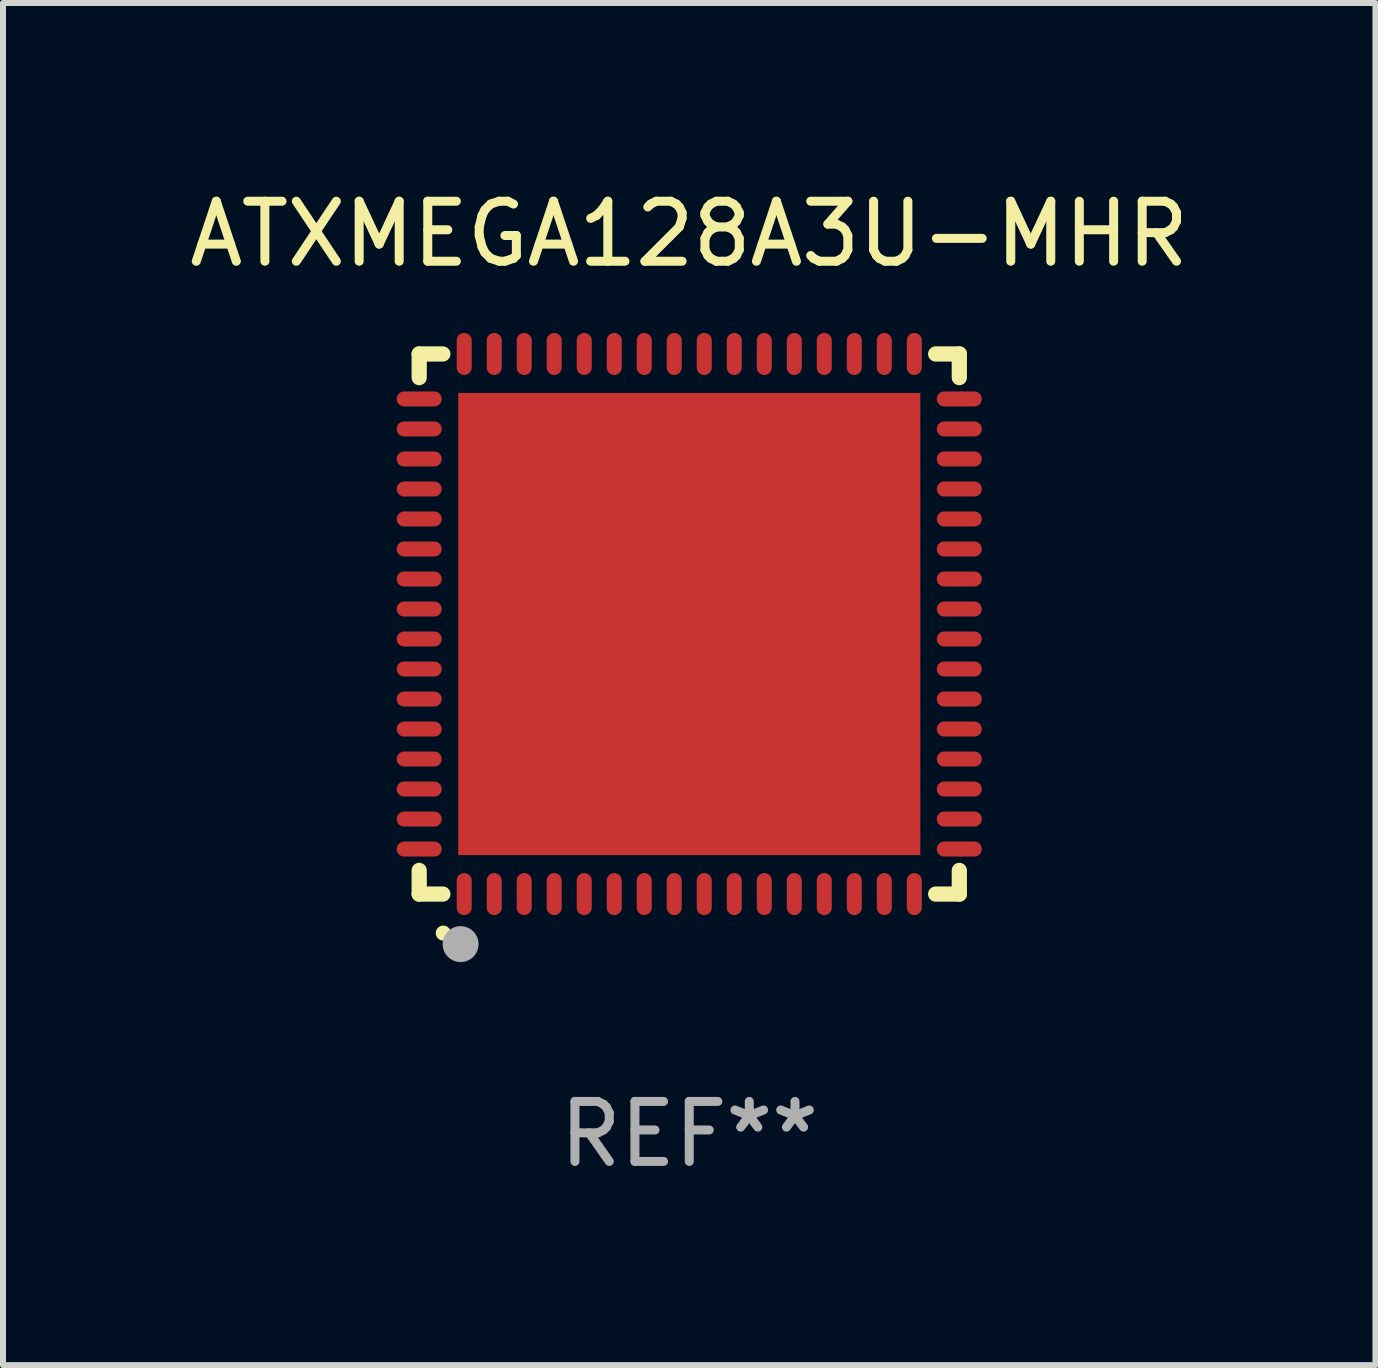
<source format=kicad_pcb>
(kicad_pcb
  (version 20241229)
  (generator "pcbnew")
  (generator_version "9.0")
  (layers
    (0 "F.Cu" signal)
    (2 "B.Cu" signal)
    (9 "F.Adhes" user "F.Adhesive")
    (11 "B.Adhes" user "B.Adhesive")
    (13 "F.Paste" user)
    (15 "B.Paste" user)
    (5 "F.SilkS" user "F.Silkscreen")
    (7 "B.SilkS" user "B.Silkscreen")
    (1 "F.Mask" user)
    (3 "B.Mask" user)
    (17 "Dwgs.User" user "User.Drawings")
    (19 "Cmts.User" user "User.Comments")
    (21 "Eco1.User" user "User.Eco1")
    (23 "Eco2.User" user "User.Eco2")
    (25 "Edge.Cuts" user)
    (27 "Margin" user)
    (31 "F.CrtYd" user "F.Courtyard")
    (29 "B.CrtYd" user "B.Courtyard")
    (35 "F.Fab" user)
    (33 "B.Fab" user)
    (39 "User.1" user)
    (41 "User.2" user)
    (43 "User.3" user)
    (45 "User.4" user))
  (footprint "ATXMEGA128A3U-MHR"
    (layer "F.Cu")
    (at 8.435 7.348)
    (property "Reference" "ATXMEGA128A3U-MHR" (at 0 -6.5 0) (layer "F.SilkS") (effects (font (size 1 1) (thickness 0.15))))
    (attr through_hole)
    (fp_line (start -4.5 -4.5) (end -4.106 -4.5) (stroke (width 0.254) (type solid)) (layer "F.SilkS"))
    (fp_line (start -4.5 -4.106) (end -4.5 -4.5) (stroke (width 0.254) (type solid)) (layer "F.SilkS"))
    (fp_line (start -4.5 4.5) (end -4.5 4.106) (stroke (width 0.254) (type solid)) (layer "F.SilkS"))
    (fp_line (start -4.106 4.5) (end -4.5 4.5) (stroke (width 0.254) (type solid)) (layer "F.SilkS"))
    (fp_line (start 4.106 -4.5) (end 4.5 -4.5) (stroke (width 0.254) (type solid)) (layer "F.SilkS"))
    (fp_line (start 4.5 -4.5) (end 4.5 -4.106) (stroke (width 0.254) (type solid)) (layer "F.SilkS"))
    (fp_line (start 4.5 4.106) (end 4.5 4.5) (stroke (width 0.254) (type solid)) (layer "F.SilkS"))
    (fp_line (start 4.5 4.5) (end 4.106 4.5) (stroke (width 0.254) (type solid)) (layer "F.SilkS"))
    (fp_arc (start -4.099987 5.149898) (mid -4.098717 5.149892) (end -4.097447 5.149898) (stroke (width 0.24892) (type solid)) (layer "F.SilkS"))
    (fp_circle (center -4.5 4.5) (end -4.47 4.5) (stroke (width 0.06) (type solid)) (fill no) (layer "F.SilkS"))
    (fp_circle (center -3.81 5.334) (end -3.66 5.334) (stroke (width 0.3) (type solid)) (fill no) (layer "F.Fab"))
    (fp_text user "REF**" (at 0 8.5 0) (layer "F.Fab") (effects (font (size 1 1) (thickness 0.15))))
    (pad "1" smd oval (at -3.75 4.5) (size 0.25 0.7) (layers "F.Cu" "F.Mask" "F.Paste"))
    (pad "2" smd oval (at -3.25 4.5) (size 0.25 0.7) (layers "F.Cu" "F.Mask" "F.Paste"))
    (pad "3" smd oval (at -2.75 4.5) (size 0.25 0.7) (layers "F.Cu" "F.Mask" "F.Paste"))
    (pad "4" smd oval (at -2.25 4.5) (size 0.25 0.7) (layers "F.Cu" "F.Mask" "F.Paste"))
    (pad "5" smd oval (at -1.75 4.5) (size 0.25 0.7) (layers "F.Cu" "F.Mask" "F.Paste"))
    (pad "6" smd oval (at -1.25 4.5) (size 0.25 0.7) (layers "F.Cu" "F.Mask" "F.Paste"))
    (pad "7" smd oval (at -0.75 4.5) (size 0.25 0.7) (layers "F.Cu" "F.Mask" "F.Paste"))
    (pad "8" smd oval (at -0.25 4.5) (size 0.25 0.7) (layers "F.Cu" "F.Mask" "F.Paste"))
    (pad "9" smd oval (at 0.25 4.5) (size 0.25 0.7) (layers "F.Cu" "F.Mask" "F.Paste"))
    (pad "10" smd oval (at 0.75 4.5) (size 0.25 0.7) (layers "F.Cu" "F.Mask" "F.Paste"))
    (pad "11" smd oval (at 1.25 4.5) (size 0.25 0.7) (layers "F.Cu" "F.Mask" "F.Paste"))
    (pad "12" smd oval (at 1.75 4.5) (size 0.25 0.7) (layers "F.Cu" "F.Mask" "F.Paste"))
    (pad "13" smd oval (at 2.25 4.5) (size 0.25 0.7) (layers "F.Cu" "F.Mask" "F.Paste"))
    (pad "14" smd oval (at 2.75 4.5) (size 0.25 0.7) (layers "F.Cu" "F.Mask" "F.Paste"))
    (pad "15" smd oval (at 3.25 4.5) (size 0.25 0.7) (layers "F.Cu" "F.Mask" "F.Paste"))
    (pad "16" smd oval (at 3.75 4.5) (size 0.25 0.7) (layers "F.Cu" "F.Mask" "F.Paste"))
    (pad "17" smd oval (at 4.5 3.75) (size 0.75 0.25) (layers "F.Cu" "F.Mask" "F.Paste"))
    (pad "18" smd oval (at 4.5 3.25) (size 0.75 0.25) (layers "F.Cu" "F.Mask" "F.Paste"))
    (pad "19" smd oval (at 4.5 2.75) (size 0.75 0.25) (layers "F.Cu" "F.Mask" "F.Paste"))
    (pad "20" smd oval (at 4.5 2.25) (size 0.75 0.25) (layers "F.Cu" "F.Mask" "F.Paste"))
    (pad "21" smd oval (at 4.5 1.75) (size 0.75 0.25) (layers "F.Cu" "F.Mask" "F.Paste"))
    (pad "22" smd oval (at 4.5 1.25) (size 0.75 0.25) (layers "F.Cu" "F.Mask" "F.Paste"))
    (pad "23" smd oval (at 4.5 0.75) (size 0.75 0.25) (layers "F.Cu" "F.Mask" "F.Paste"))
    (pad "24" smd oval (at 4.5 0.25) (size 0.75 0.25) (layers "F.Cu" "F.Mask" "F.Paste"))
    (pad "25" smd oval (at 4.5 -0.25) (size 0.75 0.25) (layers "F.Cu" "F.Mask" "F.Paste"))
    (pad "26" smd oval (at 4.5 -0.75) (size 0.75 0.25) (layers "F.Cu" "F.Mask" "F.Paste"))
    (pad "27" smd oval (at 4.5 -1.25) (size 0.75 0.25) (layers "F.Cu" "F.Mask" "F.Paste"))
    (pad "28" smd oval (at 4.5 -1.75) (size 0.75 0.25) (layers "F.Cu" "F.Mask" "F.Paste"))
    (pad "29" smd oval (at 4.5 -2.25) (size 0.75 0.25) (layers "F.Cu" "F.Mask" "F.Paste"))
    (pad "30" smd oval (at 4.5 -2.75) (size 0.75 0.25) (layers "F.Cu" "F.Mask" "F.Paste"))
    (pad "31" smd oval (at 4.5 -3.25) (size 0.75 0.25) (layers "F.Cu" "F.Mask" "F.Paste"))
    (pad "32" smd oval (at 4.5 -3.75) (size 0.75 0.25) (layers "F.Cu" "F.Mask" "F.Paste"))
    (pad "33" smd oval (at 3.75 -4.5) (size 0.25 0.7) (layers "F.Cu" "F.Mask" "F.Paste"))
    (pad "34" smd oval (at 3.25 -4.5) (size 0.25 0.7) (layers "F.Cu" "F.Mask" "F.Paste"))
    (pad "35" smd oval (at 2.75 -4.5) (size 0.25 0.7) (layers "F.Cu" "F.Mask" "F.Paste"))
    (pad "36" smd oval (at 2.25 -4.5) (size 0.25 0.7) (layers "F.Cu" "F.Mask" "F.Paste"))
    (pad "37" smd oval (at 1.75 -4.5) (size 0.25 0.7) (layers "F.Cu" "F.Mask" "F.Paste"))
    (pad "38" smd oval (at 1.25 -4.5) (size 0.25 0.7) (layers "F.Cu" "F.Mask" "F.Paste"))
    (pad "39" smd oval (at 0.75 -4.5) (size 0.25 0.7) (layers "F.Cu" "F.Mask" "F.Paste"))
    (pad "40" smd oval (at 0.25 -4.5) (size 0.25 0.7) (layers "F.Cu" "F.Mask" "F.Paste"))
    (pad "41" smd oval (at -0.25 -4.5) (size 0.25 0.7) (layers "F.Cu" "F.Mask" "F.Paste"))
    (pad "42" smd oval (at -0.75 -4.5) (size 0.25 0.7) (layers "F.Cu" "F.Mask" "F.Paste"))
    (pad "43" smd oval (at -1.25 -4.5) (size 0.25 0.7) (layers "F.Cu" "F.Mask" "F.Paste"))
    (pad "44" smd oval (at -1.75 -4.5) (size 0.25 0.7) (layers "F.Cu" "F.Mask" "F.Paste"))
    (pad "45" smd oval (at -2.25 -4.5) (size 0.25 0.7) (layers "F.Cu" "F.Mask" "F.Paste"))
    (pad "46" smd oval (at -2.75 -4.5) (size 0.25 0.7) (layers "F.Cu" "F.Mask" "F.Paste"))
    (pad "47" smd oval (at -3.25 -4.5) (size 0.25 0.7) (layers "F.Cu" "F.Mask" "F.Paste"))
    (pad "48" smd oval (at -3.75 -4.5) (size 0.25 0.7) (layers "F.Cu" "F.Mask" "F.Paste"))
    (pad "49" smd oval (at -4.5 -3.75) (size 0.75 0.25) (layers "F.Cu" "F.Mask" "F.Paste"))
    (pad "50" smd oval (at -4.5 -3.25) (size 0.75 0.25) (layers "F.Cu" "F.Mask" "F.Paste"))
    (pad "51" smd oval (at -4.5 -2.75) (size 0.75 0.25) (layers "F.Cu" "F.Mask" "F.Paste"))
    (pad "52" smd oval (at -4.5 -2.25) (size 0.75 0.25) (layers "F.Cu" "F.Mask" "F.Paste"))
    (pad "53" smd oval (at -4.5 -1.75) (size 0.75 0.25) (layers "F.Cu" "F.Mask" "F.Paste"))
    (pad "54" smd oval (at -4.5 -1.25) (size 0.75 0.25) (layers "F.Cu" "F.Mask" "F.Paste"))
    (pad "55" smd oval (at -4.5 -0.75) (size 0.75 0.25) (layers "F.Cu" "F.Mask" "F.Paste"))
    (pad "56" smd oval (at -4.5 -0.25) (size 0.75 0.25) (layers "F.Cu" "F.Mask" "F.Paste"))
    (pad "57" smd oval (at -4.5 0.25) (size 0.75 0.25) (layers "F.Cu" "F.Mask" "F.Paste"))
    (pad "58" smd oval (at -4.5 0.75) (size 0.75 0.25) (layers "F.Cu" "F.Mask" "F.Paste"))
    (pad "59" smd oval (at -4.5 1.25) (size 0.75 0.25) (layers "F.Cu" "F.Mask" "F.Paste"))
    (pad "60" smd oval (at -4.5 1.75) (size 0.75 0.25) (layers "F.Cu" "F.Mask" "F.Paste"))
    (pad "61" smd oval (at -4.5 2.25) (size 0.75 0.25) (layers "F.Cu" "F.Mask" "F.Paste"))
    (pad "62" smd oval (at -4.5 2.75) (size 0.75 0.25) (layers "F.Cu" "F.Mask" "F.Paste"))
    (pad "63" smd oval (at -4.5 3.25) (size 0.75 0.25) (layers "F.Cu" "F.Mask" "F.Paste"))
    (pad "64" smd oval (at -4.5 3.75) (size 0.75 0.25) (layers "F.Cu" "F.Mask" "F.Paste"))
    (pad "65" smd rect (at 0.000394 -0.000013) (size 7.7 7.7) (layers "F.Cu" "F.Mask" "F.Paste")))
  (gr_rect
    (start -3 -3)
    (end 19.869 19.697)
    (stroke (width 0.1) (type default))
    (fill no)
    (layer "Edge.Cuts")))
</source>
